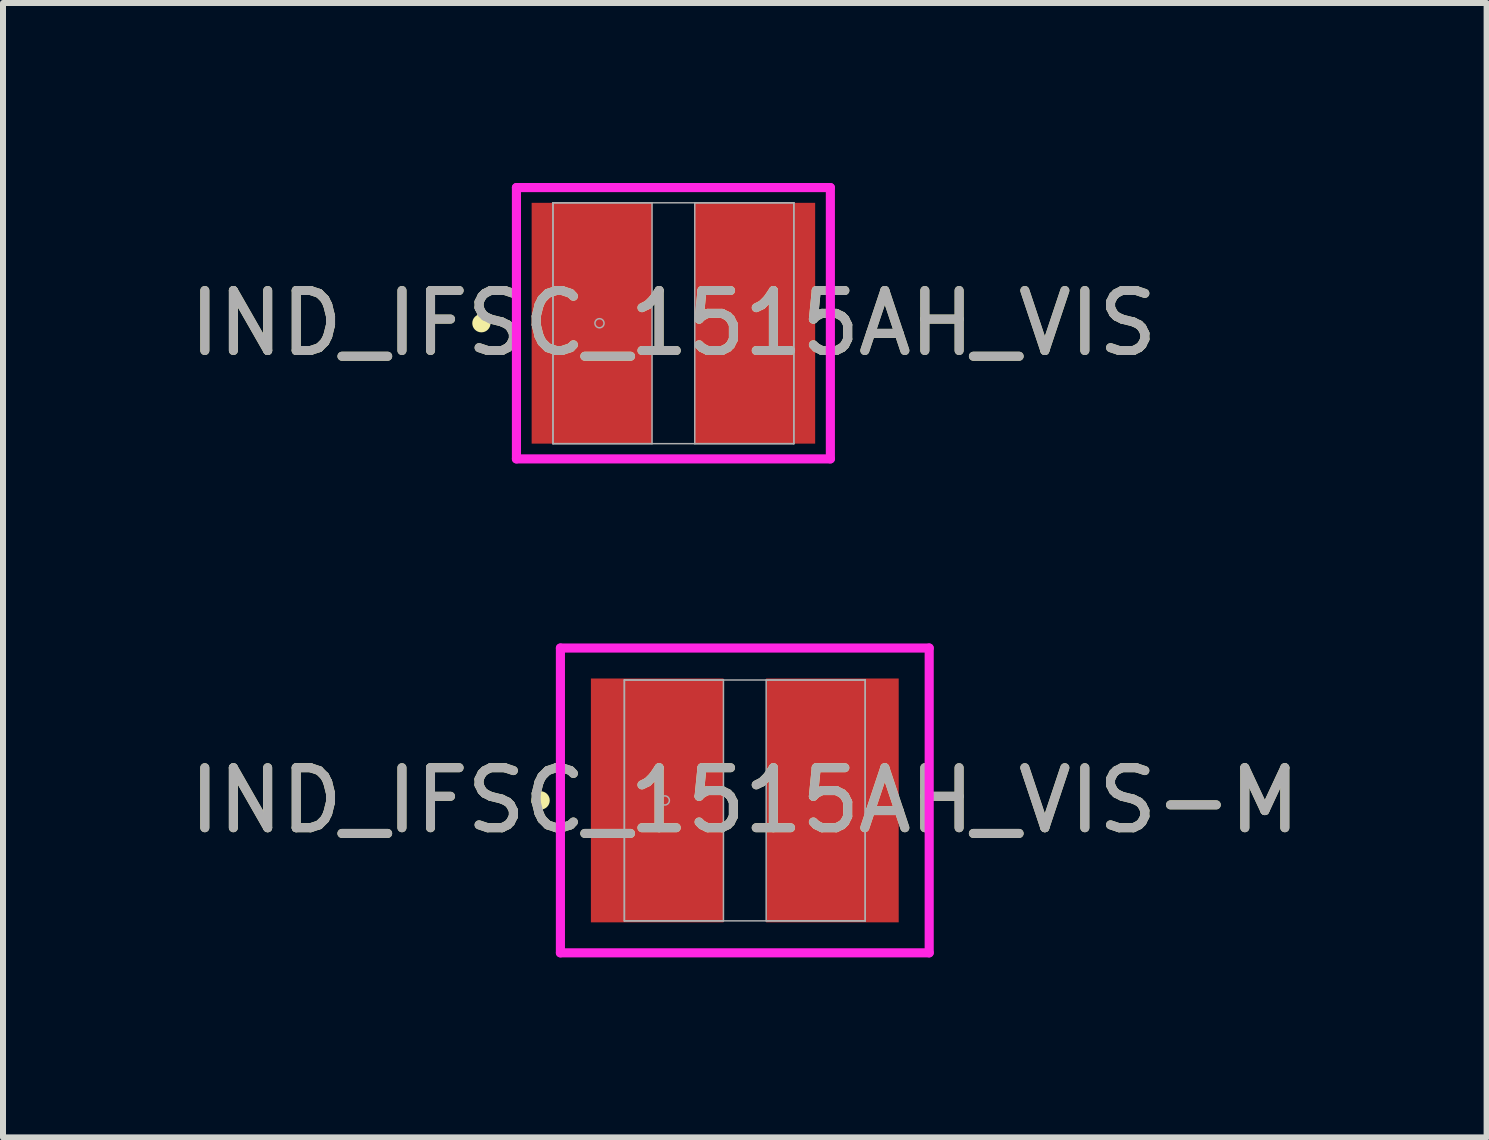
<source format=kicad_pcb>
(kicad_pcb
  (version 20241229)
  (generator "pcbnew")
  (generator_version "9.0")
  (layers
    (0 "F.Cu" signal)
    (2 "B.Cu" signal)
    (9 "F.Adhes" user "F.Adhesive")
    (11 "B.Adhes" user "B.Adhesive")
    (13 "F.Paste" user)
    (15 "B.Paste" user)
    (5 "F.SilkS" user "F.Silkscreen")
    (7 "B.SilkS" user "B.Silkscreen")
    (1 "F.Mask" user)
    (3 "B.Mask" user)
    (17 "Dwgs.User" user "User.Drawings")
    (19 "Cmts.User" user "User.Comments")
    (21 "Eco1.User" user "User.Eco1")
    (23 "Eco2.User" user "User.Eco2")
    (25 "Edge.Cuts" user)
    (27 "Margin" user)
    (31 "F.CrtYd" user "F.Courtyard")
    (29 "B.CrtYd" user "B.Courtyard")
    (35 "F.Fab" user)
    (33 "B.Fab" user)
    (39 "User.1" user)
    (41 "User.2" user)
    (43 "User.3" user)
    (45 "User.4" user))
  (footprint "IND_IFSC_1515AH_VIS-M"
    (layer "F.Cu")
    (at 9.363 10.29)
    (property "Reference" "IND_IFSC_1515AH_VIS-M" (at 0 0 0) (unlocked yes) (layer "F.SilkS") (effects (font (size 1 1) (thickness 0.15))))
    (attr smd)
    (fp_circle (center -3.404 0) (end -3.327 0) (stroke (width 0.152) (type solid)) (fill no) (layer "F.SilkS"))
    (fp_line (start -3.073 -2.54) (end 3.073 -2.54) (stroke (width 0.152) (type solid)) (layer "F.CrtYd"))
    (fp_line (start -3.073 2.54) (end -3.073 -2.54) (stroke (width 0.152) (type solid)) (layer "F.CrtYd"))
    (fp_line (start 3.073 -2.54) (end 3.073 2.54) (stroke (width 0.152) (type solid)) (layer "F.CrtYd"))
    (fp_line (start 3.073 2.54) (end -3.073 2.54) (stroke (width 0.152) (type solid)) (layer "F.CrtYd"))
    (fp_line (start -2.007 -2.007) (end -2.007 2.007) (stroke (width 0.025) (type solid)) (layer "F.Fab"))
    (fp_line (start -2.007 -2.007) (end -2.007 2.007) (stroke (width 0.025) (type solid)) (layer "F.Fab"))
    (fp_line (start -2.007 2.007) (end -0.356 2.007) (stroke (width 0.025) (type solid)) (layer "F.Fab"))
    (fp_line (start -2.007 2.007) (end 2.007 2.007) (stroke (width 0.025) (type solid)) (layer "F.Fab"))
    (fp_line (start -0.356 -2.007) (end -2.007 -2.007) (stroke (width 0.025) (type solid)) (layer "F.Fab"))
    (fp_line (start -0.356 2.007) (end -0.356 -2.007) (stroke (width 0.025) (type solid)) (layer "F.Fab"))
    (fp_line (start 0.356 -2.007) (end 0.356 2.007) (stroke (width 0.025) (type solid)) (layer "F.Fab"))
    (fp_line (start 0.356 2.007) (end 2.007 2.007) (stroke (width 0.025) (type solid)) (layer "F.Fab"))
    (fp_line (start 2.007 -2.007) (end -2.007 -2.007) (stroke (width 0.025) (type solid)) (layer "F.Fab"))
    (fp_line (start 2.007 -2.007) (end 0.356 -2.007) (stroke (width 0.025) (type solid)) (layer "F.Fab"))
    (fp_line (start 2.007 2.007) (end 2.007 -2.007) (stroke (width 0.025) (type solid)) (layer "F.Fab"))
    (fp_line (start 2.007 2.007) (end 2.007 -2.007) (stroke (width 0.025) (type solid)) (layer "F.Fab"))
    (fp_circle (center -1.333 0) (end -1.257 0) (stroke (width 0.025) (type solid)) (fill no) (layer "F.Fab"))
    (fp_text user "${REFERENCE}" (at 0 0 0) (unlocked yes) (layer "F.Fab") (effects (font (size 1 1) (thickness 0.15))))
    (pad "1" smd rect (at -1.46 0) (size 2.21 4.064) (layers "F.Cu" "F.Mask" "F.Paste"))
    (pad "2" smd rect (at 1.46 0) (size 2.21 4.064) (layers "F.Cu" "F.Mask" "F.Paste"))
    (zone (net_name "") (layer "F.Cu") (hatch full 0.508) (connect_pads) (min_thickness 0.254) (filled_areas_thickness no) (keepout (tracks not_allowed) (vias not_allowed) (pads allowed) (copperpour not_allowed) (footprints allowed)) (placement (enabled no)) (fill) (polygon (pts (xy 9.058 8.334) (xy 9.668 8.334) (xy 9.668 12.246) (xy 9.058 12.246)))))
  (footprint "IND_IFSC_1515AH_VIS"
    (layer "F.Cu")
    (at 8.173 2.337)
    (property "Reference" "IND_IFSC_1515AH_VIS" (at 0 0 0) (unlocked yes) (layer "F.SilkS") (effects (font (size 1 1) (thickness 0.15))))
    (attr smd)
    (fp_circle (center -3.2 0) (end -3.124 0) (stroke (width 0.152) (type solid)) (fill no) (layer "F.SilkS"))
    (fp_line (start -2.616 -2.261) (end 2.616 -2.261) (stroke (width 0.152) (type solid)) (layer "F.CrtYd"))
    (fp_line (start -2.616 2.261) (end -2.616 -2.261) (stroke (width 0.152) (type solid)) (layer "F.CrtYd"))
    (fp_line (start 2.616 -2.261) (end 2.616 2.261) (stroke (width 0.152) (type solid)) (layer "F.CrtYd"))
    (fp_line (start 2.616 2.261) (end -2.616 2.261) (stroke (width 0.152) (type solid)) (layer "F.CrtYd"))
    (fp_line (start -2.007 -2.007) (end -2.007 2.007) (stroke (width 0.025) (type solid)) (layer "F.Fab"))
    (fp_line (start -2.007 -2.007) (end -2.007 2.007) (stroke (width 0.025) (type solid)) (layer "F.Fab"))
    (fp_line (start -2.007 2.007) (end -0.356 2.007) (stroke (width 0.025) (type solid)) (layer "F.Fab"))
    (fp_line (start -2.007 2.007) (end 2.007 2.007) (stroke (width 0.025) (type solid)) (layer "F.Fab"))
    (fp_line (start -0.356 -2.007) (end -2.007 -2.007) (stroke (width 0.025) (type solid)) (layer "F.Fab"))
    (fp_line (start -0.356 2.007) (end -0.356 -2.007) (stroke (width 0.025) (type solid)) (layer "F.Fab"))
    (fp_line (start 0.356 -2.007) (end 0.356 2.007) (stroke (width 0.025) (type solid)) (layer "F.Fab"))
    (fp_line (start 0.356 2.007) (end 2.007 2.007) (stroke (width 0.025) (type solid)) (layer "F.Fab"))
    (fp_line (start 2.007 -2.007) (end -2.007 -2.007) (stroke (width 0.025) (type solid)) (layer "F.Fab"))
    (fp_line (start 2.007 -2.007) (end 0.356 -2.007) (stroke (width 0.025) (type solid)) (layer "F.Fab"))
    (fp_line (start 2.007 2.007) (end 2.007 -2.007) (stroke (width 0.025) (type solid)) (layer "F.Fab"))
    (fp_line (start 2.007 2.007) (end 2.007 -2.007) (stroke (width 0.025) (type solid)) (layer "F.Fab"))
    (fp_circle (center -1.232 0) (end -1.156 0) (stroke (width 0.025) (type solid)) (fill no) (layer "F.Fab"))
    (fp_text user "${REFERENCE}" (at 0 0 0) (unlocked yes) (layer "F.Fab") (effects (font (size 1 1) (thickness 0.15))))
    (pad "1" smd rect (at -1.359 0) (size 2.007 4.013) (layers "F.Cu" "F.Mask" "F.Paste"))
    (pad "2" smd rect (at 1.359 0) (size 2.007 4.013) (layers "F.Cu" "F.Mask" "F.Paste"))
    (zone (net_name "") (layer "F.Cu") (hatch full 0.508) (connect_pads) (min_thickness 0.254) (filled_areas_thickness no) (keepout (tracks not_allowed) (vias not_allowed) (pads allowed) (copperpour not_allowed) (footprints allowed)) (placement (enabled no)) (fill) (polygon (pts (xy 7.868 0.381) (xy 8.477 0.381) (xy 8.477 4.293) (xy 7.868 4.293)))))
  (gr_rect
    (start -3 -3)
    (end 21.726 15.906)
    (stroke (width 0.1) (type default))
    (fill no)
    (layer "Edge.Cuts")))
</source>
